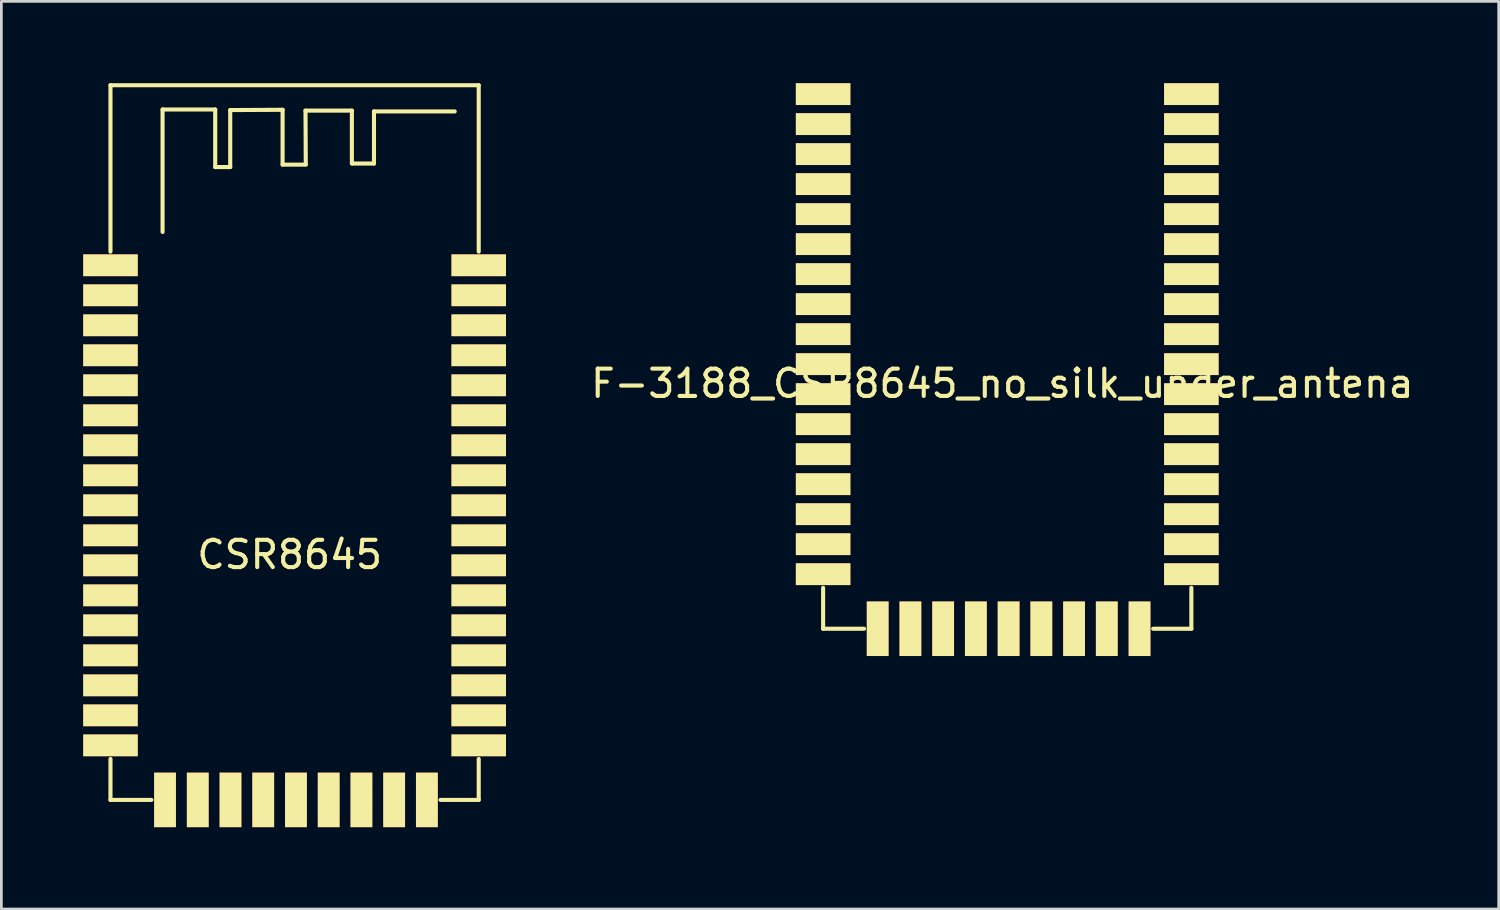
<source format=kicad_pcb>
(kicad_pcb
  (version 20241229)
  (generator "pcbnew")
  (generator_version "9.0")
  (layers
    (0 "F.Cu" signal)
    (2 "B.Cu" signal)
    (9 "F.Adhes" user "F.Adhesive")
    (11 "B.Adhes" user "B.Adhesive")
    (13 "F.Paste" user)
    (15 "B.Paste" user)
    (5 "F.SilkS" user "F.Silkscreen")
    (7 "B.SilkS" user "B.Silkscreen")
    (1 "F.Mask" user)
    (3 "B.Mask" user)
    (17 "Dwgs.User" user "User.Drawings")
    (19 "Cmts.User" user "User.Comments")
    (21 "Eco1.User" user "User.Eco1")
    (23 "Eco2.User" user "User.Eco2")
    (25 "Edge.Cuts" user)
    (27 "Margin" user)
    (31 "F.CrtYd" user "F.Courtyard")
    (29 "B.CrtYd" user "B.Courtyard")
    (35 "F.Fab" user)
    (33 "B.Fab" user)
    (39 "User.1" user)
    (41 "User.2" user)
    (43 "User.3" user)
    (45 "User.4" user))
  (footprint "F-3188_CSR8645_no_silk_under_antena"
    (layer "F.Cu")
    (at 27.126 20)
    (property "Reference" "F-3188_CSR8645_no_silk_under_antena" (at 6.57 -8.99 0) (layer "F.SilkS") (effects (font (size 1 1) (thickness 0.15))))
    (attr through_hole)
    (fp_line (start 0 -1.5) (end 0 0) (stroke (width 0.15) (type solid)) (layer "F.SilkS"))
    (fp_line (start 0 0) (end 1.5 0) (stroke (width 0.15) (type solid)) (layer "F.SilkS"))
    (fp_line (start 13.5 -1.5) (end 13.5 0) (stroke (width 0.15) (type solid)) (layer "F.SilkS"))
    (fp_line (start 13.5 0) (end 12.1 0) (stroke (width 0.15) (type solid)) (layer "F.SilkS"))
    (pad "1" smd rect (at 0 -19.6) (size 2 0.8) (layers "F.Cu" "F.Mask" "F.SilkS" "F.Paste"))
    (pad "2" smd rect (at 0 -18.5) (size 2 0.8) (layers "F.Cu" "F.Mask" "F.SilkS" "F.Paste"))
    (pad "3" smd rect (at 0 -17.4) (size 2 0.8) (layers "F.Cu" "F.Mask" "F.SilkS" "F.Paste"))
    (pad "4" smd rect (at 0 -16.3) (size 2 0.8) (layers "F.Cu" "F.Mask" "F.SilkS" "F.Paste"))
    (pad "5" smd rect (at 0 -15.2) (size 2 0.8) (layers "F.Cu" "F.Mask" "F.SilkS" "F.Paste"))
    (pad "6" smd rect (at 0 -14.1) (size 2 0.8) (layers "F.Cu" "F.Mask" "F.SilkS" "F.Paste"))
    (pad "7" smd rect (at 0 -13) (size 2 0.8) (layers "F.Cu" "F.Mask" "F.SilkS" "F.Paste"))
    (pad "8" smd rect (at 0 -11.9) (size 2 0.8) (layers "F.Cu" "F.Mask" "F.SilkS" "F.Paste"))
    (pad "9" smd rect (at 0 -10.8) (size 2 0.8) (layers "F.Cu" "F.Mask" "F.SilkS" "F.Paste"))
    (pad "10" smd rect (at 0 -9.7) (size 2 0.8) (layers "F.Cu" "F.Mask" "F.SilkS" "F.Paste"))
    (pad "11" smd rect (at 0 -8.6) (size 2 0.8) (layers "F.Cu" "F.Mask" "F.SilkS" "F.Paste"))
    (pad "12" smd rect (at 0 -7.5) (size 2 0.8) (layers "F.Cu" "F.Mask" "F.SilkS" "F.Paste"))
    (pad "13" smd rect (at 0 -6.4) (size 2 0.8) (layers "F.Cu" "F.Mask" "F.SilkS" "F.Paste"))
    (pad "14" smd rect (at 0 -5.3) (size 2 0.8) (layers "F.Cu" "F.Mask" "F.SilkS" "F.Paste"))
    (pad "15" smd rect (at 0 -4.2) (size 2 0.8) (layers "F.Cu" "F.Mask" "F.SilkS" "F.Paste"))
    (pad "16" smd rect (at 0 -3.1) (size 2 0.8) (layers "F.Cu" "F.Mask" "F.SilkS" "F.Paste"))
    (pad "17" smd rect (at 0 -2) (size 2 0.8) (layers "F.Cu" "F.Mask" "F.SilkS" "F.Paste"))
    (pad "18" smd rect (at 2 0) (size 0.8 2) (layers "F.Cu" "F.Mask" "F.SilkS" "F.Paste"))
    (pad "19" smd rect (at 3.2 0) (size 0.8 2) (layers "F.Cu" "F.Mask" "F.SilkS" "F.Paste"))
    (pad "20" smd rect (at 4.4 0) (size 0.8 2) (layers "F.Cu" "F.Mask" "F.SilkS" "F.Paste"))
    (pad "21" smd rect (at 5.6 0) (size 0.8 2) (layers "F.Cu" "F.Mask" "F.SilkS" "F.Paste"))
    (pad "22" smd rect (at 6.8 0) (size 0.8 2) (layers "F.Cu" "F.Mask" "F.SilkS" "F.Paste"))
    (pad "23" smd rect (at 8 0) (size 0.8 2) (layers "F.Cu" "F.Mask" "F.SilkS" "F.Paste"))
    (pad "24" smd rect (at 9.2 0) (size 0.8 2) (layers "F.Cu" "F.Mask" "F.SilkS" "F.Paste"))
    (pad "25" smd rect (at 10.4 0) (size 0.8 2) (layers "F.Cu" "F.Mask" "F.SilkS" "F.Paste"))
    (pad "26" smd rect (at 11.6 0) (size 0.8 2) (layers "F.Cu" "F.Mask" "F.SilkS" "F.Paste"))
    (pad "27" smd rect (at 13.5 -2) (size 2 0.8) (layers "F.Cu" "F.Mask" "F.SilkS" "F.Paste"))
    (pad "28" smd rect (at 13.5 -3.1) (size 2 0.8) (layers "F.Cu" "F.Mask" "F.SilkS" "F.Paste"))
    (pad "29" smd rect (at 13.5 -4.2) (size 2 0.8) (layers "F.Cu" "F.Mask" "F.SilkS" "F.Paste"))
    (pad "30" smd rect (at 13.5 -5.3) (size 2 0.8) (layers "F.Cu" "F.Mask" "F.SilkS" "F.Paste"))
    (pad "31" smd rect (at 13.5 -6.4) (size 2 0.8) (layers "F.Cu" "F.Mask" "F.SilkS" "F.Paste"))
    (pad "32" smd rect (at 13.5 -7.5) (size 2 0.8) (layers "F.Cu" "F.Mask" "F.SilkS" "F.Paste"))
    (pad "33" smd rect (at 13.5 -8.6) (size 2 0.8) (layers "F.Cu" "F.Mask" "F.SilkS" "F.Paste"))
    (pad "34" smd rect (at 13.5 -9.7) (size 2 0.8) (layers "F.Cu" "F.Mask" "F.SilkS" "F.Paste"))
    (pad "35" smd rect (at 13.5 -10.8) (size 2 0.8) (layers "F.Cu" "F.Mask" "F.SilkS" "F.Paste"))
    (pad "36" smd rect (at 13.5 -11.9) (size 2 0.8) (layers "F.Cu" "F.Mask" "F.SilkS" "F.Paste"))
    (pad "37" smd rect (at 13.5 -13) (size 2 0.8) (layers "F.Cu" "F.Mask" "F.SilkS" "F.Paste"))
    (pad "38" smd rect (at 13.5 -14.1) (size 2 0.8) (layers "F.Cu" "F.Mask" "F.SilkS" "F.Paste"))
    (pad "39" smd rect (at 13.5 -15.2) (size 2 0.8) (layers "F.Cu" "F.Mask" "F.SilkS" "F.Paste"))
    (pad "40" smd rect (at 13.5 -16.3) (size 2 0.8) (layers "F.Cu" "F.Mask" "F.SilkS" "F.Paste"))
    (pad "41" smd rect (at 13.5 -17.4) (size 2 0.8) (layers "F.Cu" "F.Mask" "F.SilkS" "F.Paste"))
    (pad "42" smd rect (at 13.5 -18.5) (size 2 0.8) (layers "F.Cu" "F.Mask" "F.SilkS" "F.Paste"))
    (pad "43" smd rect (at 13.5 -19.6) (size 2 0.8) (layers "F.Cu" "F.Mask" "F.SilkS" "F.Paste")))
  (footprint "CSR8645"
    (layer "F.Cu")
    (at 1 26.275)
    (property "Reference" "CSR8645" (at 6.57 -8.99 0) (layer "F.SilkS") (effects (font (size 1 1) (thickness 0.15))))
    (attr through_hole)
    (fp_line (start 0 -26.2) (end 0 -20.1) (stroke (width 0.15) (type solid)) (layer "F.SilkS"))
    (fp_line (start 0 -1.5) (end 0 0) (stroke (width 0.15) (type solid)) (layer "F.SilkS"))
    (fp_line (start 0 0) (end 1.5 0) (stroke (width 0.15) (type solid)) (layer "F.SilkS"))
    (fp_line (start 1.91 -25.31) (end 3.84 -25.31) (stroke (width 0.15) (type solid)) (layer "F.SilkS"))
    (fp_line (start 1.91 -20.82) (end 1.91 -25.31) (stroke (width 0.15) (type solid)) (layer "F.SilkS"))
    (fp_line (start 3.84 -25.31) (end 3.84 -23.2) (stroke (width 0.15) (type solid)) (layer "F.SilkS"))
    (fp_line (start 3.84 -23.2) (end 4.39 -23.2) (stroke (width 0.15) (type solid)) (layer "F.SilkS"))
    (fp_line (start 4.39 -25.29) (end 6.31 -25.3) (stroke (width 0.15) (type solid)) (layer "F.SilkS"))
    (fp_line (start 4.39 -23.2) (end 4.39 -25.29) (stroke (width 0.15) (type solid)) (layer "F.SilkS"))
    (fp_line (start 6.31 -25.3) (end 6.31 -23.29) (stroke (width 0.15) (type solid)) (layer "F.SilkS"))
    (fp_line (start 6.31 -23.29) (end 7.16 -23.29) (stroke (width 0.15) (type solid)) (layer "F.SilkS"))
    (fp_line (start 7.15 -25.27) (end 8.85 -25.27) (stroke (width 0.15) (type solid)) (layer "F.SilkS"))
    (fp_line (start 7.16 -23.3) (end 7.15 -25.27) (stroke (width 0.15) (type solid)) (layer "F.SilkS"))
    (fp_line (start 8.85 -25.27) (end 8.85 -23.33) (stroke (width 0.15) (type solid)) (layer "F.SilkS"))
    (fp_line (start 8.87 -23.33) (end 9.66 -23.33) (stroke (width 0.15) (type solid)) (layer "F.SilkS"))
    (fp_line (start 9.66 -25.24) (end 12.62 -25.24) (stroke (width 0.15) (type solid)) (layer "F.SilkS"))
    (fp_line (start 9.66 -23.33) (end 9.66 -25.24) (stroke (width 0.15) (type solid)) (layer "F.SilkS"))
    (fp_line (start 13.5 -26.2) (end 0 -26.2) (stroke (width 0.15) (type solid)) (layer "F.SilkS"))
    (fp_line (start 13.5 -20.1) (end 13.5 -26.2) (stroke (width 0.15) (type solid)) (layer "F.SilkS"))
    (fp_line (start 13.5 -1.5) (end 13.5 0) (stroke (width 0.15) (type solid)) (layer "F.SilkS"))
    (fp_line (start 13.5 0) (end 12.1 0) (stroke (width 0.15) (type solid)) (layer "F.SilkS"))
    (pad "1" smd rect (at 0 -19.6) (size 2 0.8) (layers "F.Cu" "F.Mask" "F.SilkS" "F.Paste"))
    (pad "2" smd rect (at 0 -18.5) (size 2 0.8) (layers "F.Cu" "F.Mask" "F.SilkS" "F.Paste"))
    (pad "3" smd rect (at 0 -17.4) (size 2 0.8) (layers "F.Cu" "F.Mask" "F.SilkS" "F.Paste"))
    (pad "4" smd rect (at 0 -16.3) (size 2 0.8) (layers "F.Cu" "F.Mask" "F.SilkS" "F.Paste"))
    (pad "5" smd rect (at 0 -15.2) (size 2 0.8) (layers "F.Cu" "F.Mask" "F.SilkS" "F.Paste"))
    (pad "6" smd rect (at 0 -14.1) (size 2 0.8) (layers "F.Cu" "F.Mask" "F.SilkS" "F.Paste"))
    (pad "7" smd rect (at 0 -13) (size 2 0.8) (layers "F.Cu" "F.Mask" "F.SilkS" "F.Paste"))
    (pad "8" smd rect (at 0 -11.9) (size 2 0.8) (layers "F.Cu" "F.Mask" "F.SilkS" "F.Paste"))
    (pad "9" smd rect (at 0 -10.8) (size 2 0.8) (layers "F.Cu" "F.Mask" "F.SilkS" "F.Paste"))
    (pad "10" smd rect (at 0 -9.7) (size 2 0.8) (layers "F.Cu" "F.Mask" "F.SilkS" "F.Paste"))
    (pad "11" smd rect (at 0 -8.6) (size 2 0.8) (layers "F.Cu" "F.Mask" "F.SilkS" "F.Paste"))
    (pad "12" smd rect (at 0 -7.5) (size 2 0.8) (layers "F.Cu" "F.Mask" "F.SilkS" "F.Paste"))
    (pad "13" smd rect (at 0 -6.4) (size 2 0.8) (layers "F.Cu" "F.Mask" "F.SilkS" "F.Paste"))
    (pad "14" smd rect (at 0 -5.3) (size 2 0.8) (layers "F.Cu" "F.Mask" "F.SilkS" "F.Paste"))
    (pad "15" smd rect (at 0 -4.2) (size 2 0.8) (layers "F.Cu" "F.Mask" "F.SilkS" "F.Paste"))
    (pad "16" smd rect (at 0 -3.1) (size 2 0.8) (layers "F.Cu" "F.Mask" "F.SilkS" "F.Paste"))
    (pad "17" smd rect (at 0 -2) (size 2 0.8) (layers "F.Cu" "F.Mask" "F.SilkS" "F.Paste"))
    (pad "18" smd rect (at 2 0) (size 0.8 2) (layers "F.Cu" "F.Mask" "F.SilkS" "F.Paste"))
    (pad "19" smd rect (at 3.2 0) (size 0.8 2) (layers "F.Cu" "F.Mask" "F.SilkS" "F.Paste"))
    (pad "20" smd rect (at 4.4 0) (size 0.8 2) (layers "F.Cu" "F.Mask" "F.SilkS" "F.Paste"))
    (pad "21" smd rect (at 5.6 0) (size 0.8 2) (layers "F.Cu" "F.Mask" "F.SilkS" "F.Paste"))
    (pad "22" smd rect (at 6.8 0) (size 0.8 2) (layers "F.Cu" "F.Mask" "F.SilkS" "F.Paste"))
    (pad "23" smd rect (at 8 0) (size 0.8 2) (layers "F.Cu" "F.Mask" "F.SilkS" "F.Paste"))
    (pad "24" smd rect (at 9.2 0) (size 0.8 2) (layers "F.Cu" "F.Mask" "F.SilkS" "F.Paste"))
    (pad "25" smd rect (at 10.4 0) (size 0.8 2) (layers "F.Cu" "F.Mask" "F.SilkS" "F.Paste"))
    (pad "26" smd rect (at 11.6 0) (size 0.8 2) (layers "F.Cu" "F.Mask" "F.SilkS" "F.Paste"))
    (pad "27" smd rect (at 13.5 -19.6) (size 2 0.8) (layers "F.Cu" "F.Mask" "F.SilkS" "F.Paste"))
    (pad "28" smd rect (at 13.5 -18.5) (size 2 0.8) (layers "F.Cu" "F.Mask" "F.SilkS" "F.Paste"))
    (pad "29" smd rect (at 13.5 -17.4) (size 2 0.8) (layers "F.Cu" "F.Mask" "F.SilkS" "F.Paste"))
    (pad "30" smd rect (at 13.5 -16.3) (size 2 0.8) (layers "F.Cu" "F.Mask" "F.SilkS" "F.Paste"))
    (pad "31" smd rect (at 13.5 -15.2) (size 2 0.8) (layers "F.Cu" "F.Mask" "F.SilkS" "F.Paste"))
    (pad "32" smd rect (at 13.5 -14.1) (size 2 0.8) (layers "F.Cu" "F.Mask" "F.SilkS" "F.Paste"))
    (pad "33" smd rect (at 13.5 -13) (size 2 0.8) (layers "F.Cu" "F.Mask" "F.SilkS" "F.Paste"))
    (pad "34" smd rect (at 13.5 -11.9) (size 2 0.8) (layers "F.Cu" "F.Mask" "F.SilkS" "F.Paste"))
    (pad "35" smd rect (at 13.5 -10.8) (size 2 0.8) (layers "F.Cu" "F.Mask" "F.SilkS" "F.Paste"))
    (pad "36" smd rect (at 13.5 -9.7) (size 2 0.8) (layers "F.Cu" "F.Mask" "F.SilkS" "F.Paste"))
    (pad "37" smd rect (at 13.5 -8.6) (size 2 0.8) (layers "F.Cu" "F.Mask" "F.SilkS" "F.Paste"))
    (pad "38" smd rect (at 13.5 -7.5) (size 2 0.8) (layers "F.Cu" "F.Mask" "F.SilkS" "F.Paste"))
    (pad "39" smd rect (at 13.5 -6.4) (size 2 0.8) (layers "F.Cu" "F.Mask" "F.SilkS" "F.Paste"))
    (pad "40" smd rect (at 13.5 -5.3) (size 2 0.8) (layers "F.Cu" "F.Mask" "F.SilkS" "F.Paste"))
    (pad "41" smd rect (at 13.5 -4.2) (size 2 0.8) (layers "F.Cu" "F.Mask" "F.SilkS" "F.Paste"))
    (pad "42" smd rect (at 13.5 -3.1) (size 2 0.8) (layers "F.Cu" "F.Mask" "F.SilkS" "F.Paste"))
    (pad "43" smd rect (at 13.5 -2) (size 2 0.8) (layers "F.Cu" "F.Mask" "F.SilkS" "F.Paste")))
  (gr_rect
    (start -3 -3)
    (end 51.893 30.275)
    (stroke (width 0.1) (type default))
    (fill no)
    (layer "Edge.Cuts")))
</source>
